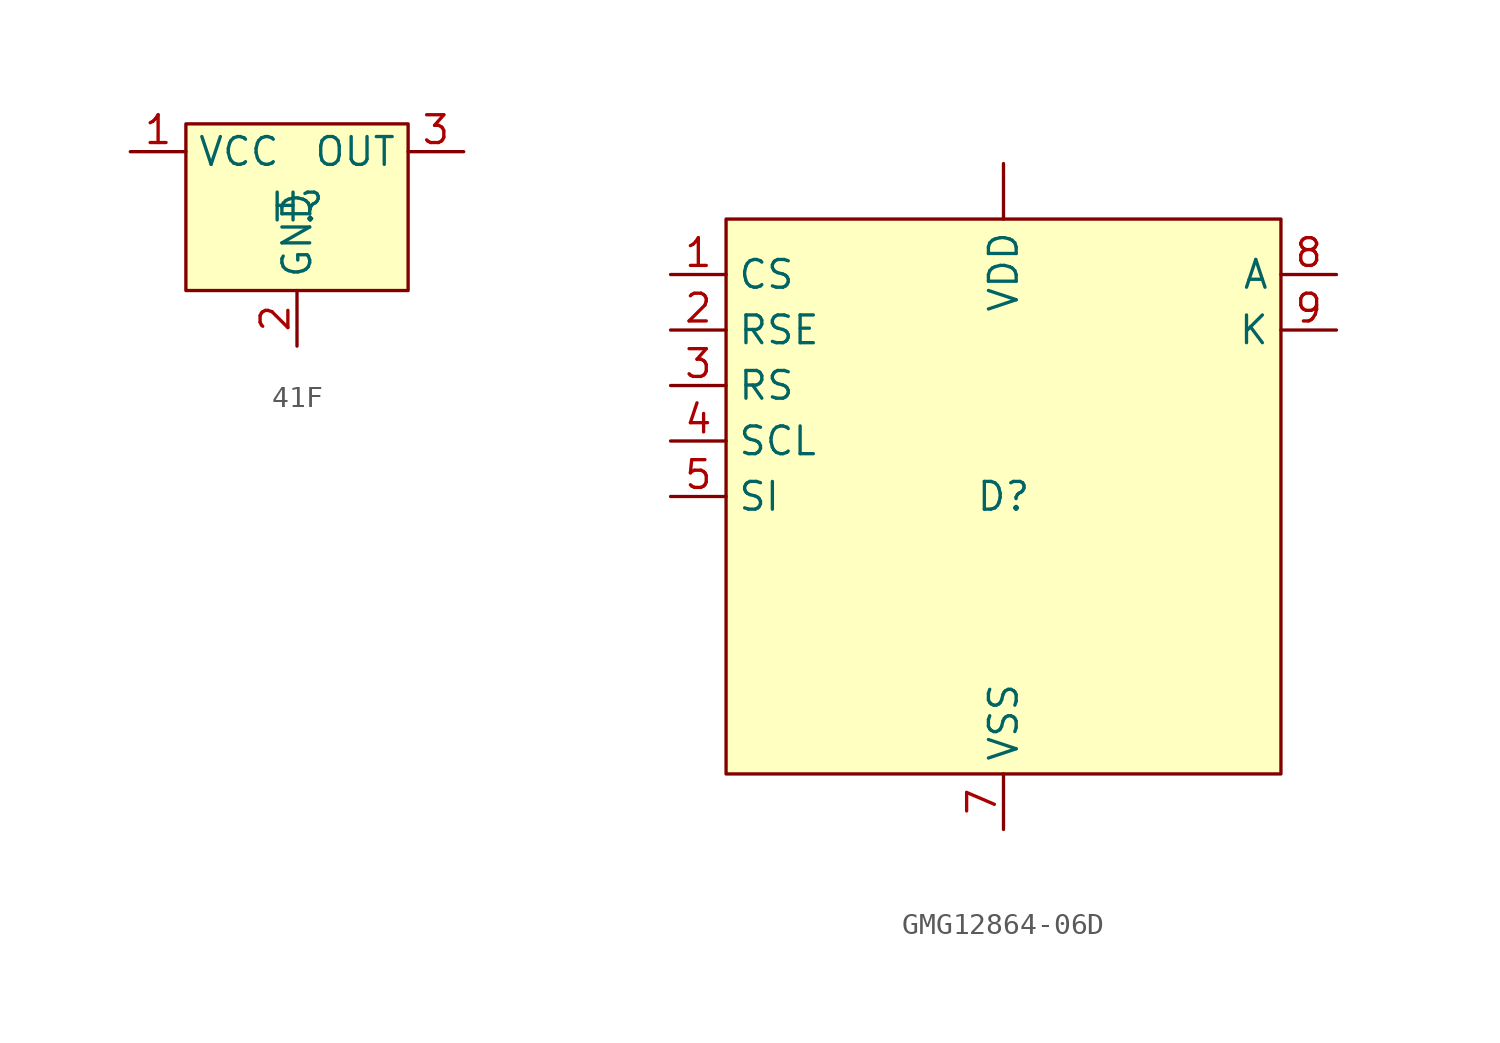
<source format=kicad_sym>
(kicad_symbol_lib
  (version 20231120)
  (generator "kicad_symbol_editor")
  (generator_version "8.0")
  (symbol "41F"
    (property "Reference" "H"
      (at 0 0 0)
      (effects (font (size 1.27 1.27))))
    (property "Value" ""
      (at 0 0 0)
      (effects (font (size 1.27 1.27))))
    (symbol "41F_0_1"
      (rectangle (start -5.08 3.81) (end 5.08 -3.81) (stroke (width 0) (type default)) (fill (type background))))
    (symbol "41F_1_1"
      (pin power_in line (at -7.62 2.54 0) (length 2.54) (name "VCC" (effects (font (size 1.27 1.27)))) (number "1" (effects (font (size 1.27 1.27)))))
      (pin power_in line (at 0 -6.35 90) (length 2.54) (name "GND" (effects (font (size 1.27 1.27)))) (number "2" (effects (font (size 1.27 1.27)))))
      (pin output line (at 7.62 2.54 180) (length 2.54) (name "OUT" (effects (font (size 1.27 1.27)))) (number "3" (effects (font (size 1.27 1.27)))))))
  (symbol "GMG12864-06D"
    (property "Reference" "D"
      (at 0 0 0)
      (effects (font (size 1.27 1.27))))
    (property "Value" ""
      (at 0 0 0)
      (effects (font (size 1.27 1.27))))
    (symbol "GMG12864-06D_0_1"
      (rectangle (start -12.7 12.7) (end 12.7 -12.7) (stroke (width 0) (type default)) (fill (type background))))
    (symbol "GMG12864-06D_1_1"
      (pin power_in line (at 0 15.24 270) (length 2.54) (name "VDD" (effects (font (size 1.27 1.27)))) (number "" (effects (font (size 1.27 1.27)))))
      (pin input line (at -15.24 10.16 0) (length 2.54) (name "CS" (effects (font (size 1.27 1.27)))) (number "1" (effects (font (size 1.27 1.27)))))
      (pin input line (at -15.24 7.62 0) (length 2.54) (name "RSE" (effects (font (size 1.27 1.27)))) (number "2" (effects (font (size 1.27 1.27)))))
      (pin input line (at -15.24 5.08 0) (length 2.54) (name "RS" (effects (font (size 1.27 1.27)))) (number "3" (effects (font (size 1.27 1.27)))))
      (pin input line (at -15.24 2.54 0) (length 2.54) (name "SCL" (effects (font (size 1.27 1.27)))) (number "4" (effects (font (size 1.27 1.27)))))
      (pin input line (at -15.24 0 0) (length 2.54) (name "SI" (effects (font (size 1.27 1.27)))) (number "5" (effects (font (size 1.27 1.27)))))
      (pin power_in line (at 0 -15.24 90) (length 2.54) (name "VSS" (effects (font (size 1.27 1.27)))) (number "7" (effects (font (size 1.27 1.27)))))
      (pin power_in line (at 15.24 10.16 180) (length 2.54) (name "A" (effects (font (size 1.27 1.27)))) (number "8" (effects (font (size 1.27 1.27)))))
      (pin power_in line (at 15.24 7.62 180) (length 2.54) (name "K" (effects (font (size 1.27 1.27)))) (number "9" (effects (font (size 1.27 1.27))))))))
</source>
